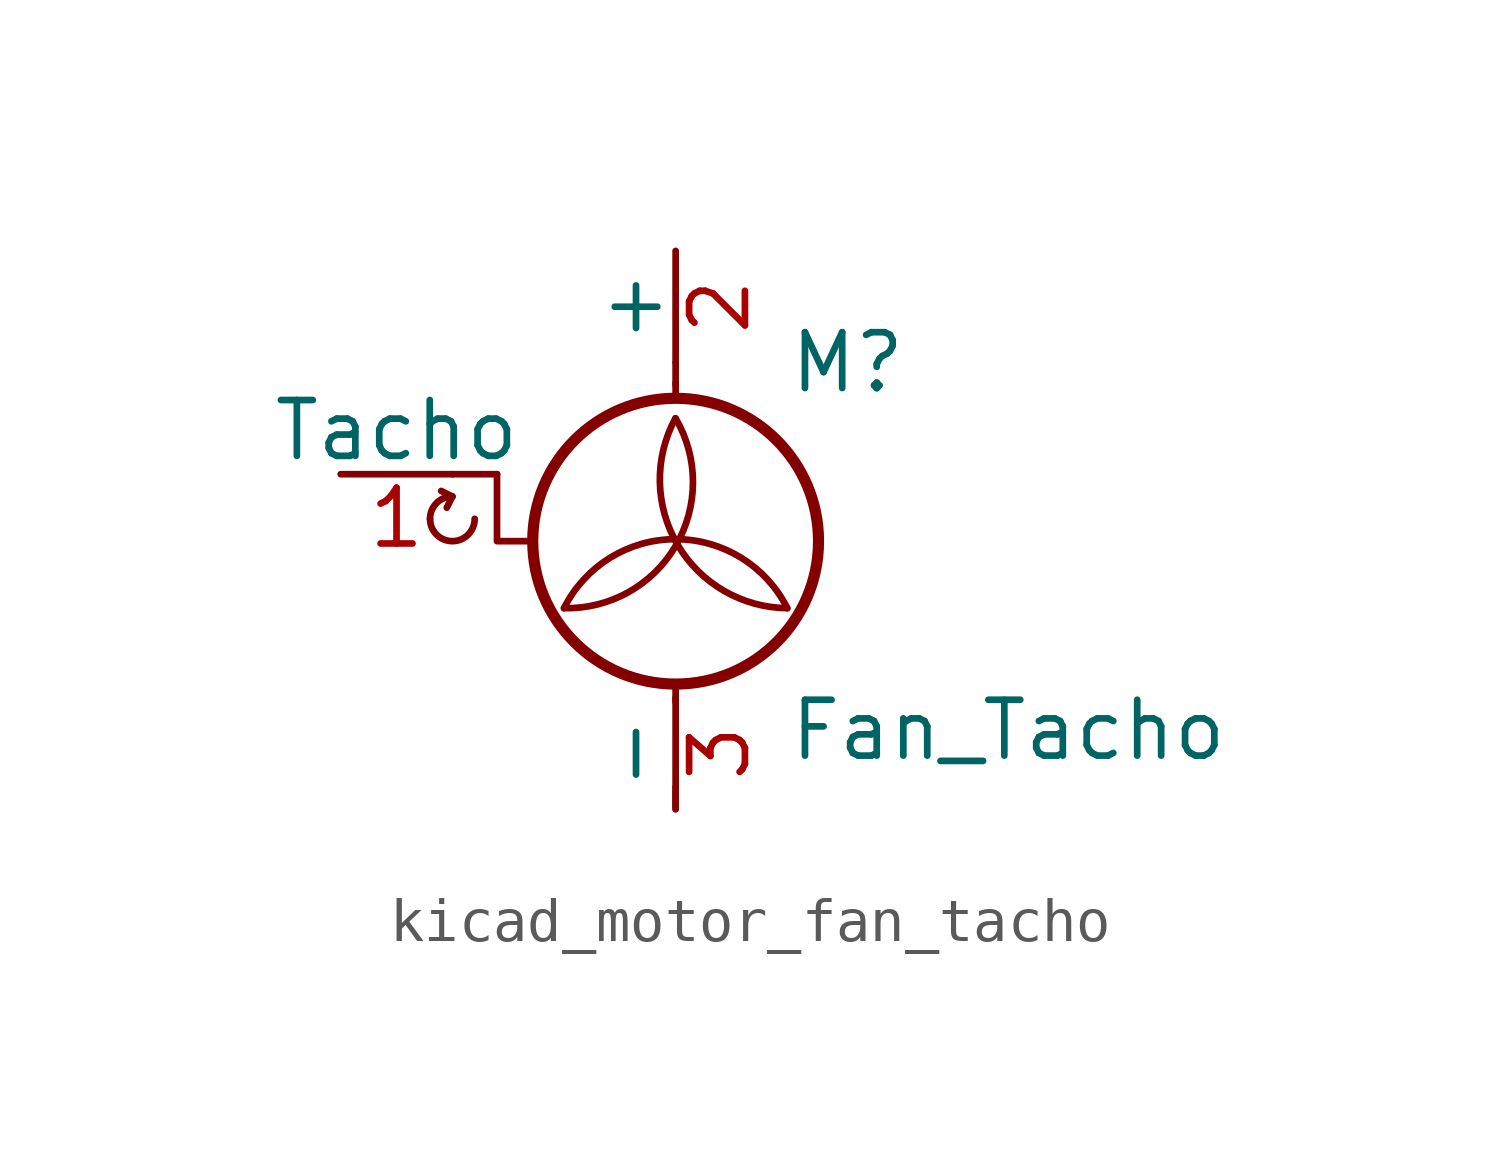
<source format=kicad_sym>
(kicad_symbol_lib
  (version 20220914)
  (generator kicad_symbol_editor)
  (symbol "kicad_motor_fan_tacho"
    (pin_names
      (offset 0))
    (property "Reference" "M"
      (at 2.54 2.54 0)
      (effects (font (size 1.27 1.27)) (justify left)))
    (property "Value" "Fan_Tacho"
      (at 2.54 -5.08 0)
      (effects (font (size 1.27 1.27)) (justify left top)))
    (symbol "kicad_motor_fan_tacho_0_0"
      (arc (start -5.588 -1.016) (mid -5.08 -1.5218) (end -4.572 -1.016) (stroke (width 0) (type default)) (fill (type none)))
      (arc (start -5.08 -0.508) (mid -5.4392 -0.6568) (end -5.588 -1.016) (stroke (width 0) (type default)) (fill (type none)))
      (polyline (pts (xy -5.08 -0.508) (xy -5.334 -0.381)) (stroke (width 0) (type default)) (fill (type none)))
      (polyline (pts (xy -5.08 -0.508) (xy -5.207 -0.762)) (stroke (width 0) (type default)) (fill (type none)))
      (polyline (pts (xy -4.064 0) (xy -4.064 -1.524) (xy -3.302 -1.524)) (stroke (width 0) (type default)) (fill (type none))))
    (symbol "kicad_motor_fan_tacho_0_1"
      (arc (start -2.54 -3.048) (mid 0.0028 -1.6279) (end 0 1.27) (stroke (width 0) (type default)) (fill (type none)))
      (circle (center 0 -1.524) (radius 3.251) (stroke (width 0.254) (type default)) (fill (type none)))
      (polyline (pts (xy -4.064 0) (xy -5.08 0)) (stroke (width 0) (type default)) (fill (type none)))
      (polyline (pts (xy 0 -7.62) (xy 0 -7.112)) (stroke (width 0) (type default)) (fill (type none)))
      (polyline (pts (xy 0 -4.775) (xy 0 -5.182)) (stroke (width 0) (type default)) (fill (type none)))
      (polyline (pts (xy 0 1.727) (xy 0 2.083)) (stroke (width 0) (type default)) (fill (type none)))
      (polyline (pts (xy 0 2.032) (xy 0 2.54)) (stroke (width 0) (type default)) (fill (type none)))
      (arc (start 0 1.27) (mid 0.053 -1.619) (end 2.54 -3.048) (stroke (width 0) (type default)) (fill (type none)))
      (arc (start 2.54 -3.048) (mid 0 -1.4782) (end -2.54 -3.048) (stroke (width 0) (type default)) (fill (type none))))
    (symbol "kicad_motor_fan_tacho_1_1"
      (pin passive line (at -7.62 0 0) (length 2.54) (name "Tacho" (effects (font (size 1.27 1.27)))) (number "1" (effects (font (size 1.27 1.27)))))
      (pin passive line (at 0 5.08 270) (length 2.54) (name "+" (effects (font (size 1.27 1.27)))) (number "2" (effects (font (size 1.27 1.27)))))
      (pin passive line (at 0 -7.62 90) (length 2.54) (name "-" (effects (font (size 1.27 1.27)))) (number "3" (effects (font (size 1.27 1.27))))))))
</source>
